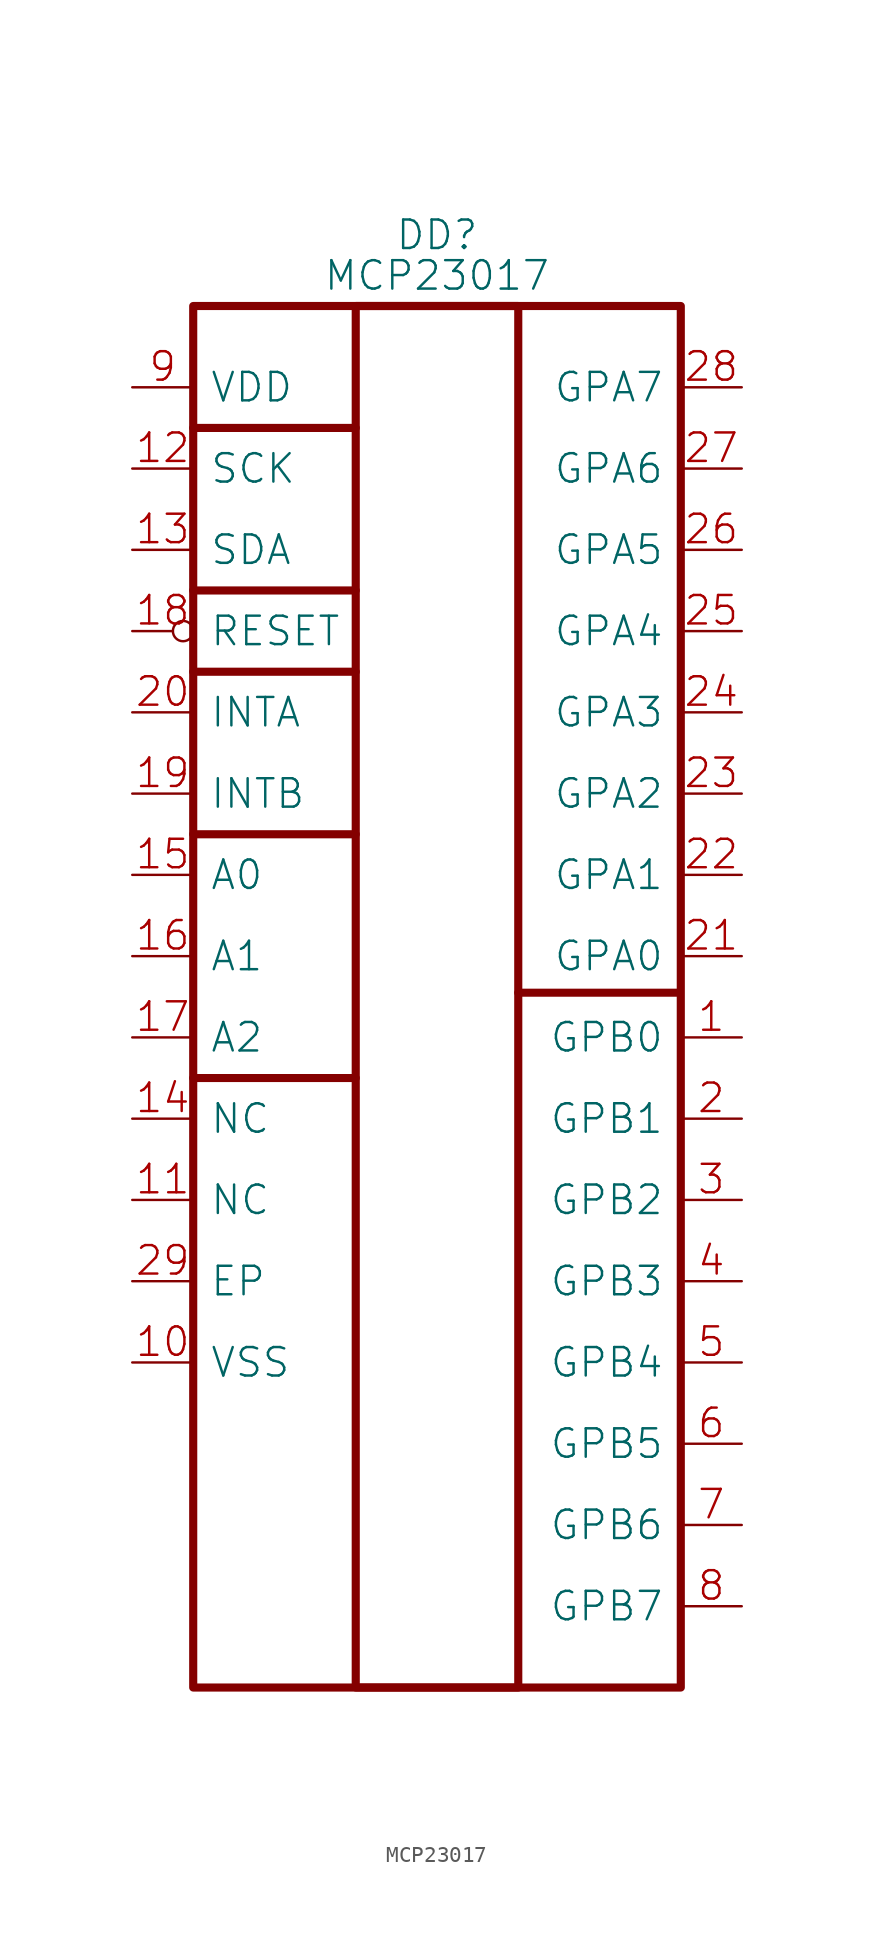
<source format=kicad_sym>
(kicad_symbol_lib
  (version 20211014)
  (generator kicad_symbol_editor)
  (symbol "MCP23017"
    (pin_names
      (offset 1.016))
    (property "Reference" "DD"
      (at 0 4.445 0)
      (effects (font (size 1.778 1.778))))
    (property "Value" "MCP23017"
      (at 0 1.905 0)
      (effects (font (size 1.778 1.778))))
    (symbol "MCP23017_0_1"
      (rectangle (start -15.24 0) (end 15.24 -86.36) (stroke (width 0.508) (type default) (color 0 0 0 0)) (fill (type none)))
      (polyline (pts (xy -15.24 -48.26) (xy -5.08 -48.26)) (stroke (width 0.508) (type default) (color 0 0 0 0)) (fill (type none)))
      (polyline (pts (xy -15.24 -33.02) (xy -5.08 -33.02)) (stroke (width 0.508) (type default) (color 0 0 0 0)) (fill (type none)))
      (polyline (pts (xy -15.24 -22.86) (xy -5.08 -22.86)) (stroke (width 0.508) (type default) (color 0 0 0 0)) (fill (type none)))
      (polyline (pts (xy -15.24 -17.78) (xy -5.08 -17.78)) (stroke (width 0.508) (type default) (color 0 0 0 0)) (fill (type none)))
      (polyline (pts (xy -15.24 -7.62) (xy -5.08 -7.62)) (stroke (width 0.508) (type default) (color 0 0 0 0)) (fill (type none)))
      (polyline (pts (xy 14.986 -42.926) (xy 5.08 -42.926)) (stroke (width 0.508) (type default) (color 0 0 0 0)) (fill (type none)))
      (rectangle (start 5.08 0) (end -5.08 -86.36) (stroke (width 0.508) (type default) (color 0 0 0 0)) (fill (type none)))
      (pin bidirectional line (at 19.05 -45.72 180) (length 3.81) (name "GPB0" (effects (font (size 1.778 1.778)))) (number "1" (effects (font (size 1.778 1.778))))))
    (symbol "MCP23017_1_1"
      (pin power_in line (at -19.05 -66.04 0) (length 3.81) (name "VSS" (effects (font (size 1.778 1.778)))) (number "10" (effects (font (size 1.778 1.778)))))
      (pin input line (at -19.05 -55.88 0) (length 3.81) (name "NC" (effects (font (size 1.778 1.778)))) (number "11" (effects (font (size 1.778 1.778)))))
      (pin input line (at -19.05 -10.16 0) (length 3.81) (name "SCK" (effects (font (size 1.778 1.778)))) (number "12" (effects (font (size 1.778 1.778)))))
      (pin bidirectional line (at -19.05 -15.24 0) (length 3.81) (name "SDA" (effects (font (size 1.778 1.778)))) (number "13" (effects (font (size 1.778 1.778)))))
      (pin output line (at -19.05 -50.8 0) (length 3.81) (name "NC" (effects (font (size 1.778 1.778)))) (number "14" (effects (font (size 1.778 1.778)))))
      (pin input line (at -19.05 -35.56 0) (length 3.81) (name "A0" (effects (font (size 1.778 1.778)))) (number "15" (effects (font (size 1.778 1.778)))))
      (pin input line (at -19.05 -40.64 0) (length 3.81) (name "A1" (effects (font (size 1.778 1.778)))) (number "16" (effects (font (size 1.778 1.778)))))
      (pin input line (at -19.05 -45.72 0) (length 3.81) (name "A2" (effects (font (size 1.778 1.778)))) (number "17" (effects (font (size 1.778 1.778)))))
      (pin input inverted (at -19.05 -20.32 0) (length 3.81) (name "RESET" (effects (font (size 1.778 1.778)))) (number "18" (effects (font (size 1.778 1.778)))))
      (pin output line (at -19.05 -30.48 0) (length 3.81) (name "INTB" (effects (font (size 1.778 1.778)))) (number "19" (effects (font (size 1.778 1.778)))))
      (pin bidirectional line (at 19.05 -50.8 180) (length 3.81) (name "GPB1" (effects (font (size 1.778 1.778)))) (number "2" (effects (font (size 1.778 1.778)))))
      (pin output line (at -19.05 -25.4 0) (length 3.81) (name "INTA" (effects (font (size 1.778 1.778)))) (number "20" (effects (font (size 1.778 1.778)))))
      (pin bidirectional line (at 19.05 -40.64 180) (length 3.81) (name "GPA0" (effects (font (size 1.778 1.778)))) (number "21" (effects (font (size 1.778 1.778)))))
      (pin bidirectional line (at 19.05 -35.56 180) (length 3.81) (name "GPA1" (effects (font (size 1.778 1.778)))) (number "22" (effects (font (size 1.778 1.778)))))
      (pin bidirectional line (at 19.05 -30.48 180) (length 3.81) (name "GPA2" (effects (font (size 1.778 1.778)))) (number "23" (effects (font (size 1.778 1.778)))))
      (pin bidirectional line (at 19.05 -25.4 180) (length 3.81) (name "GPA3" (effects (font (size 1.778 1.778)))) (number "24" (effects (font (size 1.778 1.778)))))
      (pin bidirectional line (at 19.05 -20.32 180) (length 3.81) (name "GPA4" (effects (font (size 1.778 1.778)))) (number "25" (effects (font (size 1.778 1.778)))))
      (pin bidirectional line (at 19.05 -15.24 180) (length 3.81) (name "GPA5" (effects (font (size 1.778 1.778)))) (number "26" (effects (font (size 1.778 1.778)))))
      (pin bidirectional line (at 19.05 -10.16 180) (length 3.81) (name "GPA6" (effects (font (size 1.778 1.778)))) (number "27" (effects (font (size 1.778 1.778)))))
      (pin bidirectional line (at 19.05 -5.08 180) (length 3.81) (name "GPA7" (effects (font (size 1.778 1.778)))) (number "28" (effects (font (size 1.778 1.778)))))
      (pin unspecified line (at -19.05 -60.96 0) (length 3.81) (name "EP" (effects (font (size 1.778 1.778)))) (number "29" (effects (font (size 1.778 1.778)))))
      (pin bidirectional line (at 19.05 -55.88 180) (length 3.81) (name "GPB2" (effects (font (size 1.778 1.778)))) (number "3" (effects (font (size 1.778 1.778)))))
      (pin bidirectional line (at 19.05 -60.96 180) (length 3.81) (name "GPB3" (effects (font (size 1.778 1.778)))) (number "4" (effects (font (size 1.778 1.778)))))
      (pin bidirectional line (at 19.05 -66.04 180) (length 3.81) (name "GPB4" (effects (font (size 1.778 1.778)))) (number "5" (effects (font (size 1.778 1.778)))))
      (pin bidirectional line (at 19.05 -71.12 180) (length 3.81) (name "GPB5" (effects (font (size 1.778 1.778)))) (number "6" (effects (font (size 1.778 1.778)))))
      (pin bidirectional line (at 19.05 -76.2 180) (length 3.81) (name "GPB6" (effects (font (size 1.778 1.778)))) (number "7" (effects (font (size 1.778 1.778)))))
      (pin bidirectional line (at 19.05 -81.28 180) (length 3.81) (name "GPB7" (effects (font (size 1.778 1.778)))) (number "8" (effects (font (size 1.778 1.778)))))
      (pin power_in line (at -19.05 -5.08 0) (length 3.81) (name "VDD" (effects (font (size 1.778 1.778)))) (number "9" (effects (font (size 1.778 1.778))))))))
</source>
